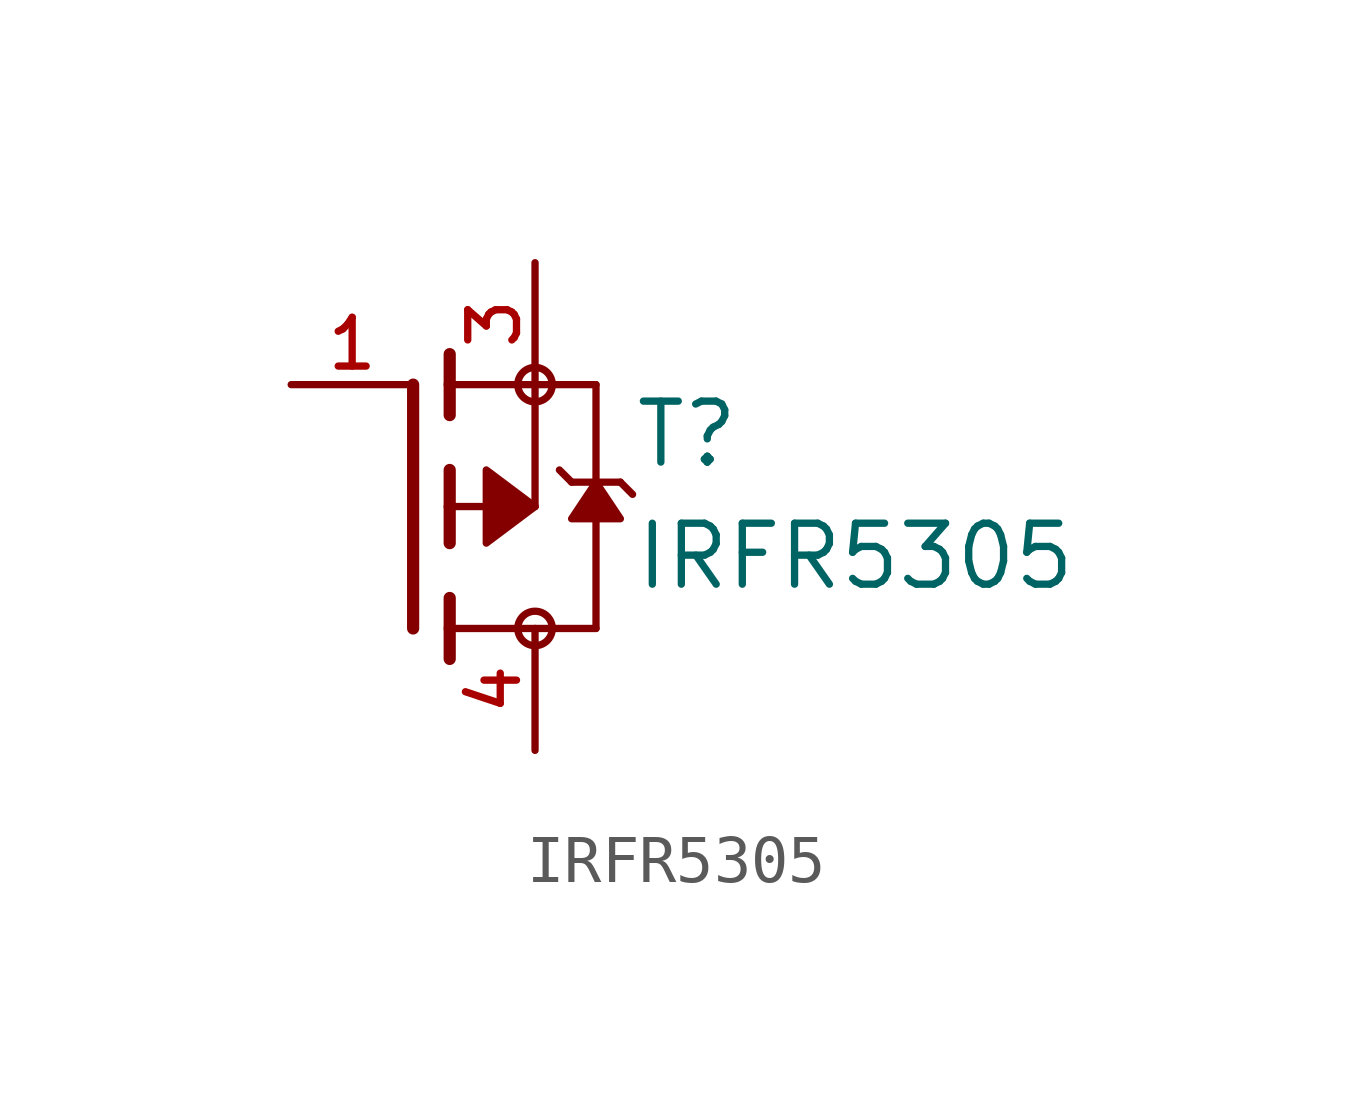
<source format=kicad_sym>
(kicad_symbol_lib
  (version 20211014)
  (generator kicad_symbol_editor)
  (symbol "IRFR5305"
    (pin_names
      (offset 1.016))
    (property "Reference" "T"
      (at 4.577 0.763 0)
      (effects (font (size 1.27 1.27)) (justify bottom left)))
    (property "Value" "IRFR5305"
      (at 4.581 -1.781 0)
      (effects (font (size 1.27 1.27)) (justify bottom left)))
    (symbol "IRFR5305_0_0"
      (polyline (pts (xy 0.762 -0.762) (xy 0.762 0.0)) (stroke (width 0.254)))
      (polyline (pts (xy 0.762 0.0) (xy 0.762 0.762)) (stroke (width 0.254)))
      (polyline (pts (xy 0.762 -3.175) (xy 0.762 -2.54)) (stroke (width 0.254)))
      (polyline (pts (xy 0.762 -2.54) (xy 0.762 -1.905)) (stroke (width 0.254)))
      (polyline (pts (xy 0.762 0.0) (xy 2.54 0.0)) (stroke (width 0.152)))
      (polyline (pts (xy 2.54 0.0) (xy 2.54 2.54)) (stroke (width 0.152)))
      (polyline (pts (xy 0.762 1.905) (xy 0.762 2.54)) (stroke (width 0.254)))
      (polyline (pts (xy 0.762 2.54) (xy 0.762 3.175)) (stroke (width 0.254)))
      (polyline (pts (xy 0.0 -2.54) (xy 0.0 2.54)) (stroke (width 0.254)))
      (polyline (pts (xy 2.54 2.54) (xy 0.762 2.54)) (stroke (width 0.152)))
      (polyline (pts (xy 3.81 -2.54) (xy 3.81 0.508)) (stroke (width 0.152)))
      (polyline (pts (xy 3.81 0.508) (xy 3.81 2.54)) (stroke (width 0.152)))
      (polyline (pts (xy 2.54 2.54) (xy 3.81 2.54)) (stroke (width 0.152)))
      (polyline (pts (xy 0.762 -2.54) (xy 3.81 -2.54)) (stroke (width 0.152)))
      (polyline (pts (xy 3.048 0.762) (xy 3.302 0.508)) (stroke (width 0.152)))
      (polyline (pts (xy 3.302 0.508) (xy 3.81 0.508)) (stroke (width 0.152)))
      (polyline (pts (xy 3.81 0.508) (xy 4.318 0.508)) (stroke (width 0.152)))
      (polyline (pts (xy 4.318 0.508) (xy 4.572 0.254)) (stroke (width 0.152)))
      (circle (center 2.54 2.54) (radius 0.359) (stroke (width 0.0)) (fill (type none)))
      (circle (center 2.54 -2.54) (radius 0.359) (stroke (width 0.0)) (fill (type none)))
      (polyline (pts (xy 3.81 0.508) (xy 4.318 -0.254) (xy 3.302 -0.254) (xy 3.81 0.508)) (stroke (width 0.152)) (fill (type outline)))
      (polyline (pts (xy 2.54 0.0) (xy 1.524 0.762) (xy 1.524 -0.762) (xy 2.54 0.0)) (stroke (width 0.152)) (fill (type outline)))
      (pin passive line (at 2.54 5.08 270.0) (length 2.54) (name "~" (effects (font (size 1.016 1.016)))) (number "3" (effects (font (size 1.016 1.016)))))
      (pin passive line (at -2.54 2.54 0) (length 2.54) (name "~" (effects (font (size 1.016 1.016)))) (number "1" (effects (font (size 1.016 1.016)))))
      (pin passive line (at 2.54 -5.08 90.0) (length 2.54) (name "~" (effects (font (size 1.016 1.016)))) (number "4" (effects (font (size 1.016 1.016))))))))
</source>
